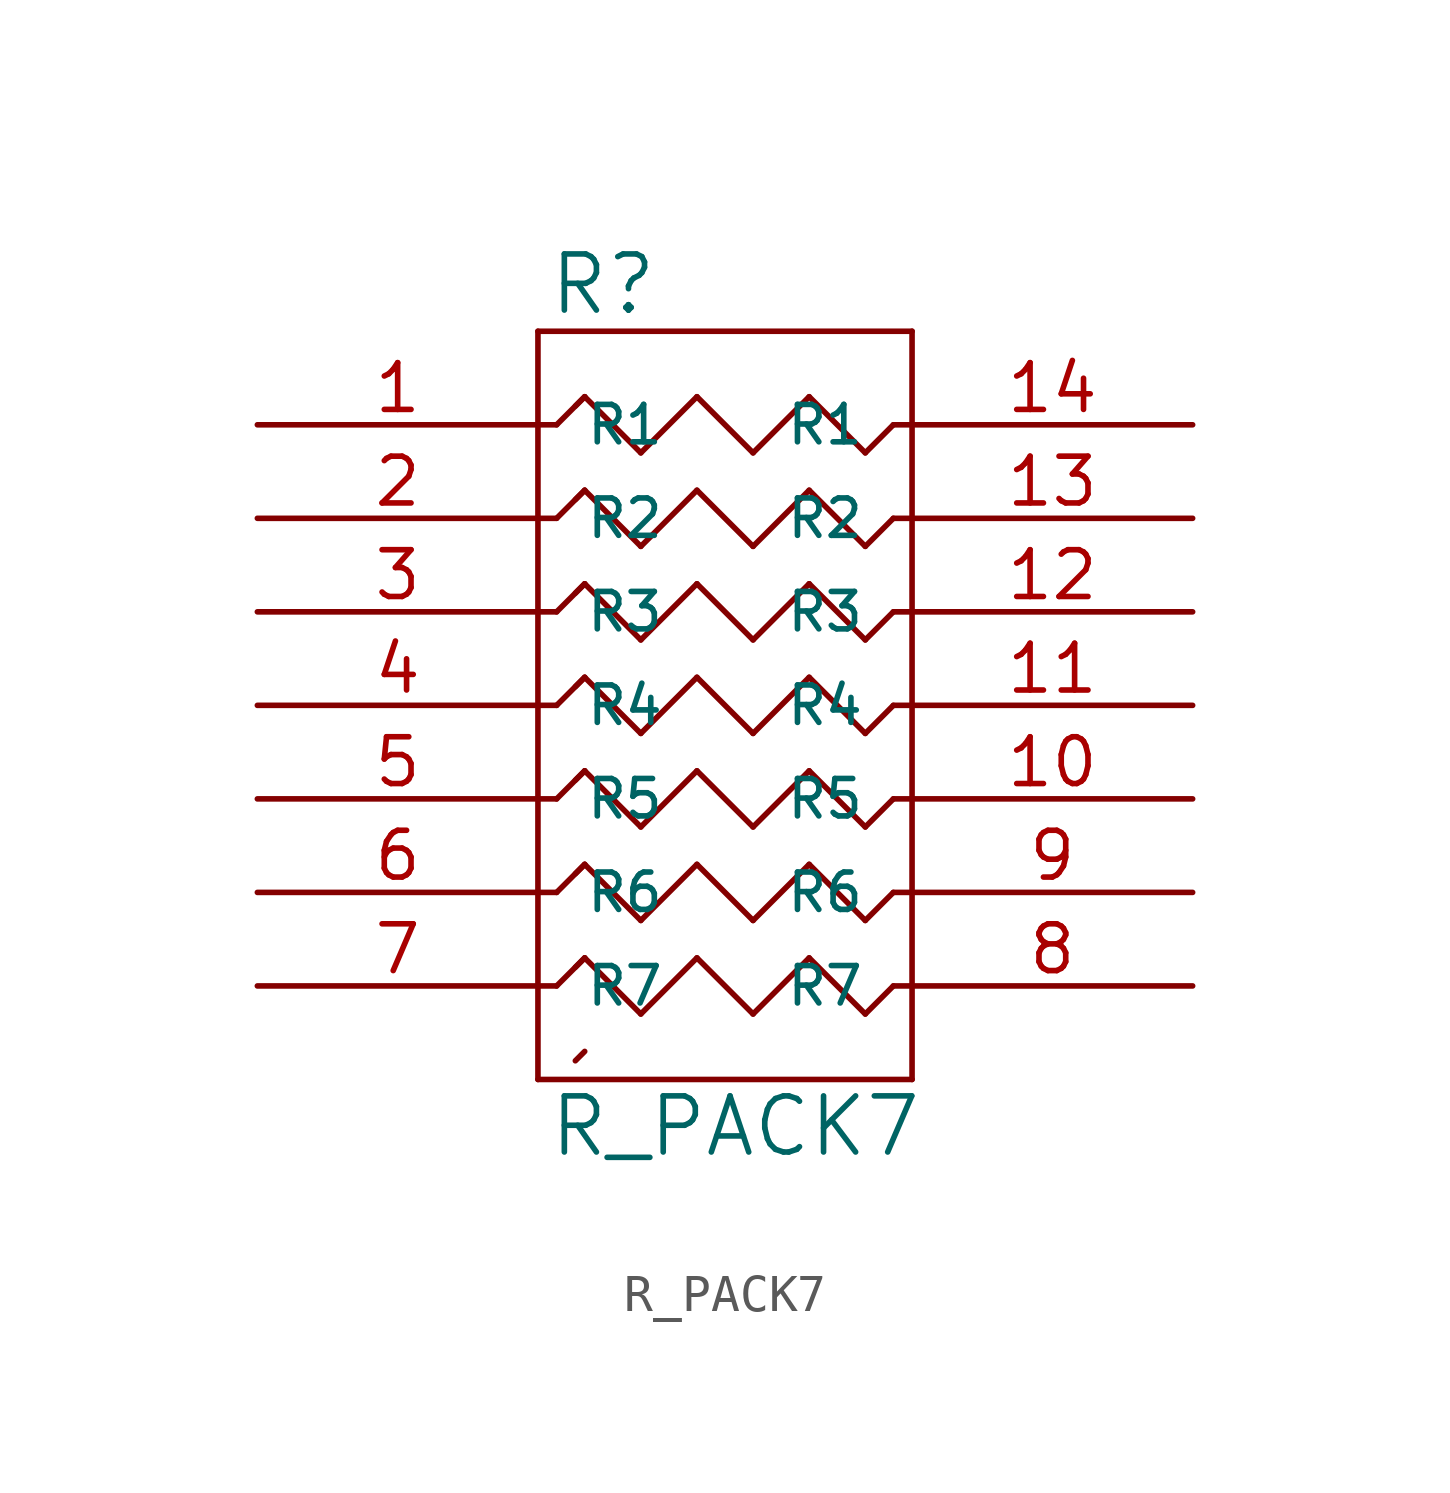
<source format=kicad_sym>
(kicad_symbol_lib
  (version 20231120)
  (generator "kicad_symbol_editor")
  (generator_version "8.0")
  (symbol "R_PACK7"
    (pin_names
      (offset 1.27))
    (property "Reference" "R"
      (at 0.254 0.381 0)
      (effects (font (size 1.524 1.524)) (justify left bottom)))
    (property "Value" "R_PACK7"
      (at 0.254 -20.701 0)
      (effects (font (size 1.524 1.524)) (justify left top)))
    (symbol "R_PACK7_0_1"
      (polyline (pts (xy 0 -20.32) (xy 0 0)) (stroke (width 0) (type solid)) (fill (type none)))
      (polyline (pts (xy 0 -17.78) (xy 0.508 -17.78)) (stroke (width 0) (type solid)) (fill (type none)))
      (polyline (pts (xy 0 -15.24) (xy 0.508 -15.24)) (stroke (width 0) (type solid)) (fill (type none)))
      (polyline (pts (xy 0 -12.7) (xy 0.508 -12.7)) (stroke (width 0) (type solid)) (fill (type none)))
      (polyline (pts (xy 0 -10.16) (xy 0.508 -10.16)) (stroke (width 0) (type solid)) (fill (type none)))
      (polyline (pts (xy 0 -7.62) (xy 0.508 -7.62)) (stroke (width 0) (type solid)) (fill (type none)))
      (polyline (pts (xy 0 -5.08) (xy 0.508 -5.08)) (stroke (width 0) (type solid)) (fill (type none)))
      (polyline (pts (xy 0 -2.54) (xy 0.508 -2.54)) (stroke (width 0) (type solid)) (fill (type none)))
      (polyline (pts (xy 0 0) (xy 10.16 0)) (stroke (width 0) (type solid)) (fill (type none)))
      (polyline (pts (xy 0.508 -17.78) (xy 1.27 -17.018)) (stroke (width 0) (type solid)) (fill (type none)))
      (polyline (pts (xy 0.508 -15.24) (xy 1.27 -14.478)) (stroke (width 0) (type solid)) (fill (type none)))
      (polyline (pts (xy 0.508 -12.7) (xy 1.27 -11.938)) (stroke (width 0) (type solid)) (fill (type none)))
      (polyline (pts (xy 0.508 -10.16) (xy 1.27 -9.398)) (stroke (width 0) (type solid)) (fill (type none)))
      (polyline (pts (xy 0.508 -7.62) (xy 1.27 -6.858)) (stroke (width 0) (type solid)) (fill (type none)))
      (polyline (pts (xy 0.508 -5.08) (xy 1.27 -4.318)) (stroke (width 0) (type solid)) (fill (type none)))
      (polyline (pts (xy 0.508 -2.54) (xy 1.27 -1.778)) (stroke (width 0) (type solid)) (fill (type none)))
      (polyline (pts (xy 1.016 -19.812) (xy 1.27 -19.558)) (stroke (width 0) (type solid)) (fill (type none)))
      (polyline (pts (xy 1.016 -17.272) (xy 1.27 -17.018)) (stroke (width 0) (type solid)) (fill (type none)))
      (polyline (pts (xy 1.016 -14.732) (xy 1.27 -14.478)) (stroke (width 0) (type solid)) (fill (type none)))
      (polyline (pts (xy 1.016 -12.192) (xy 1.27 -11.938)) (stroke (width 0) (type solid)) (fill (type none)))
      (polyline (pts (xy 1.016 -9.652) (xy 1.27 -9.398)) (stroke (width 0) (type solid)) (fill (type none)))
      (polyline (pts (xy 1.016 -7.112) (xy 1.27 -6.858)) (stroke (width 0) (type solid)) (fill (type none)))
      (polyline (pts (xy 1.016 -4.572) (xy 1.27 -4.318)) (stroke (width 0) (type solid)) (fill (type none)))
      (polyline (pts (xy 1.016 -2.032) (xy 1.27 -1.778)) (stroke (width 0) (type solid)) (fill (type none)))
      (polyline (pts (xy 1.27 -17.018) (xy 2.794 -18.542)) (stroke (width 0) (type solid)) (fill (type none)))
      (polyline (pts (xy 1.27 -14.478) (xy 2.794 -16.002)) (stroke (width 0) (type solid)) (fill (type none)))
      (polyline (pts (xy 1.27 -11.938) (xy 2.794 -13.462)) (stroke (width 0) (type solid)) (fill (type none)))
      (polyline (pts (xy 1.27 -9.398) (xy 2.794 -10.922)) (stroke (width 0) (type solid)) (fill (type none)))
      (polyline (pts (xy 1.27 -6.858) (xy 2.794 -8.382)) (stroke (width 0) (type solid)) (fill (type none)))
      (polyline (pts (xy 1.27 -4.318) (xy 2.794 -5.842)) (stroke (width 0) (type solid)) (fill (type none)))
      (polyline (pts (xy 1.27 -1.778) (xy 2.794 -3.302)) (stroke (width 0) (type solid)) (fill (type none)))
      (polyline (pts (xy 2.794 -18.542) (xy 4.318 -17.018)) (stroke (width 0) (type solid)) (fill (type none)))
      (polyline (pts (xy 2.794 -16.002) (xy 4.318 -14.478)) (stroke (width 0) (type solid)) (fill (type none)))
      (polyline (pts (xy 2.794 -13.462) (xy 4.318 -11.938)) (stroke (width 0) (type solid)) (fill (type none)))
      (polyline (pts (xy 2.794 -10.922) (xy 4.318 -9.398)) (stroke (width 0) (type solid)) (fill (type none)))
      (polyline (pts (xy 2.794 -8.382) (xy 4.318 -6.858)) (stroke (width 0) (type solid)) (fill (type none)))
      (polyline (pts (xy 2.794 -5.842) (xy 4.318 -4.318)) (stroke (width 0) (type solid)) (fill (type none)))
      (polyline (pts (xy 2.794 -3.302) (xy 4.318 -1.778)) (stroke (width 0) (type solid)) (fill (type none)))
      (polyline (pts (xy 4.318 -17.018) (xy 5.842 -18.542)) (stroke (width 0) (type solid)) (fill (type none)))
      (polyline (pts (xy 4.318 -14.478) (xy 5.842 -16.002)) (stroke (width 0) (type solid)) (fill (type none)))
      (polyline (pts (xy 4.318 -11.938) (xy 5.842 -13.462)) (stroke (width 0) (type solid)) (fill (type none)))
      (polyline (pts (xy 4.318 -9.398) (xy 5.842 -10.922)) (stroke (width 0) (type solid)) (fill (type none)))
      (polyline (pts (xy 4.318 -6.858) (xy 5.842 -8.382)) (stroke (width 0) (type solid)) (fill (type none)))
      (polyline (pts (xy 4.318 -4.318) (xy 5.842 -5.842)) (stroke (width 0) (type solid)) (fill (type none)))
      (polyline (pts (xy 4.318 -1.778) (xy 5.842 -3.302)) (stroke (width 0) (type solid)) (fill (type none)))
      (polyline (pts (xy 5.842 -18.542) (xy 7.366 -17.018)) (stroke (width 0) (type solid)) (fill (type none)))
      (polyline (pts (xy 5.842 -16.002) (xy 7.366 -14.478)) (stroke (width 0) (type solid)) (fill (type none)))
      (polyline (pts (xy 5.842 -13.462) (xy 7.366 -11.938)) (stroke (width 0) (type solid)) (fill (type none)))
      (polyline (pts (xy 5.842 -10.922) (xy 7.366 -9.398)) (stroke (width 0) (type solid)) (fill (type none)))
      (polyline (pts (xy 5.842 -8.382) (xy 7.366 -6.858)) (stroke (width 0) (type solid)) (fill (type none)))
      (polyline (pts (xy 5.842 -5.842) (xy 7.366 -4.318)) (stroke (width 0) (type solid)) (fill (type none)))
      (polyline (pts (xy 5.842 -3.302) (xy 7.366 -1.778)) (stroke (width 0) (type solid)) (fill (type none)))
      (polyline (pts (xy 7.366 -17.018) (xy 8.89 -18.542)) (stroke (width 0) (type solid)) (fill (type none)))
      (polyline (pts (xy 7.366 -14.478) (xy 8.89 -16.002)) (stroke (width 0) (type solid)) (fill (type none)))
      (polyline (pts (xy 7.366 -11.938) (xy 8.89 -13.462)) (stroke (width 0) (type solid)) (fill (type none)))
      (polyline (pts (xy 7.366 -9.398) (xy 8.89 -10.922)) (stroke (width 0) (type solid)) (fill (type none)))
      (polyline (pts (xy 7.366 -6.858) (xy 8.89 -8.382)) (stroke (width 0) (type solid)) (fill (type none)))
      (polyline (pts (xy 7.366 -4.318) (xy 8.89 -5.842)) (stroke (width 0) (type solid)) (fill (type none)))
      (polyline (pts (xy 7.366 -1.778) (xy 8.89 -3.302)) (stroke (width 0) (type solid)) (fill (type none)))
      (polyline (pts (xy 8.89 -18.542) (xy 9.652 -17.78)) (stroke (width 0) (type solid)) (fill (type none)))
      (polyline (pts (xy 8.89 -16.002) (xy 9.652 -15.24)) (stroke (width 0) (type solid)) (fill (type none)))
      (polyline (pts (xy 8.89 -13.462) (xy 9.652 -12.7)) (stroke (width 0) (type solid)) (fill (type none)))
      (polyline (pts (xy 8.89 -10.922) (xy 9.652 -10.16)) (stroke (width 0) (type solid)) (fill (type none)))
      (polyline (pts (xy 8.89 -8.382) (xy 9.652 -7.62)) (stroke (width 0) (type solid)) (fill (type none)))
      (polyline (pts (xy 8.89 -5.842) (xy 9.652 -5.08)) (stroke (width 0) (type solid)) (fill (type none)))
      (polyline (pts (xy 8.89 -3.302) (xy 9.652 -2.54)) (stroke (width 0) (type solid)) (fill (type none)))
      (polyline (pts (xy 9.652 -17.78) (xy 10.16 -17.78)) (stroke (width 0) (type solid)) (fill (type none)))
      (polyline (pts (xy 9.652 -15.24) (xy 10.16 -15.24)) (stroke (width 0) (type solid)) (fill (type none)))
      (polyline (pts (xy 9.652 -12.7) (xy 10.16 -12.7)) (stroke (width 0) (type solid)) (fill (type none)))
      (polyline (pts (xy 9.652 -10.16) (xy 10.16 -10.16)) (stroke (width 0) (type solid)) (fill (type none)))
      (polyline (pts (xy 9.652 -7.62) (xy 10.16 -7.62)) (stroke (width 0) (type solid)) (fill (type none)))
      (polyline (pts (xy 9.652 -5.08) (xy 10.16 -5.08)) (stroke (width 0) (type solid)) (fill (type none)))
      (polyline (pts (xy 9.652 -2.54) (xy 10.16 -2.54)) (stroke (width 0) (type solid)) (fill (type none)))
      (polyline (pts (xy 10.16 -20.32) (xy 0 -20.32)) (stroke (width 0) (type solid)) (fill (type none)))
      (polyline (pts (xy 10.16 0) (xy 10.16 -20.32)) (stroke (width 0) (type solid)) (fill (type none))))
    (symbol "R_PACK7_1_1"
      (pin passive line (at -7.62 -2.54 0) (length 7.62) (name "R1" (effects (font (size 1.016 1.016)))) (number "1" (effects (font (size 1.27 1.27)))))
      (pin passive line (at 17.78 -12.7 180) (length 7.62) (name "R5" (effects (font (size 1.016 1.016)))) (number "10" (effects (font (size 1.27 1.27)))))
      (pin passive line (at 17.78 -10.16 180) (length 7.62) (name "R4" (effects (font (size 1.016 1.016)))) (number "11" (effects (font (size 1.27 1.27)))))
      (pin passive line (at 17.78 -7.62 180) (length 7.62) (name "R3" (effects (font (size 1.016 1.016)))) (number "12" (effects (font (size 1.27 1.27)))))
      (pin passive line (at 17.78 -5.08 180) (length 7.62) (name "R2" (effects (font (size 1.016 1.016)))) (number "13" (effects (font (size 1.27 1.27)))))
      (pin passive line (at 17.78 -2.54 180) (length 7.62) (name "R1" (effects (font (size 1.016 1.016)))) (number "14" (effects (font (size 1.27 1.27)))))
      (pin passive line (at -7.62 -5.08 0) (length 7.62) (name "R2" (effects (font (size 1.016 1.016)))) (number "2" (effects (font (size 1.27 1.27)))))
      (pin passive line (at -7.62 -7.62 0) (length 7.62) (name "R3" (effects (font (size 1.016 1.016)))) (number "3" (effects (font (size 1.27 1.27)))))
      (pin passive line (at -7.62 -10.16 0) (length 7.62) (name "R4" (effects (font (size 1.016 1.016)))) (number "4" (effects (font (size 1.27 1.27)))))
      (pin passive line (at -7.62 -12.7 0) (length 7.62) (name "R5" (effects (font (size 1.016 1.016)))) (number "5" (effects (font (size 1.27 1.27)))))
      (pin passive line (at -7.62 -15.24 0) (length 7.62) (name "R6" (effects (font (size 1.016 1.016)))) (number "6" (effects (font (size 1.27 1.27)))))
      (pin passive line (at -7.62 -17.78 0) (length 7.62) (name "R7" (effects (font (size 1.016 1.016)))) (number "7" (effects (font (size 1.27 1.27)))))
      (pin passive line (at 17.78 -17.78 180) (length 7.62) (name "R7" (effects (font (size 1.016 1.016)))) (number "8" (effects (font (size 1.27 1.27)))))
      (pin passive line (at 17.78 -15.24 180) (length 7.62) (name "R6" (effects (font (size 1.016 1.016)))) (number "9" (effects (font (size 1.27 1.27))))))))
</source>
